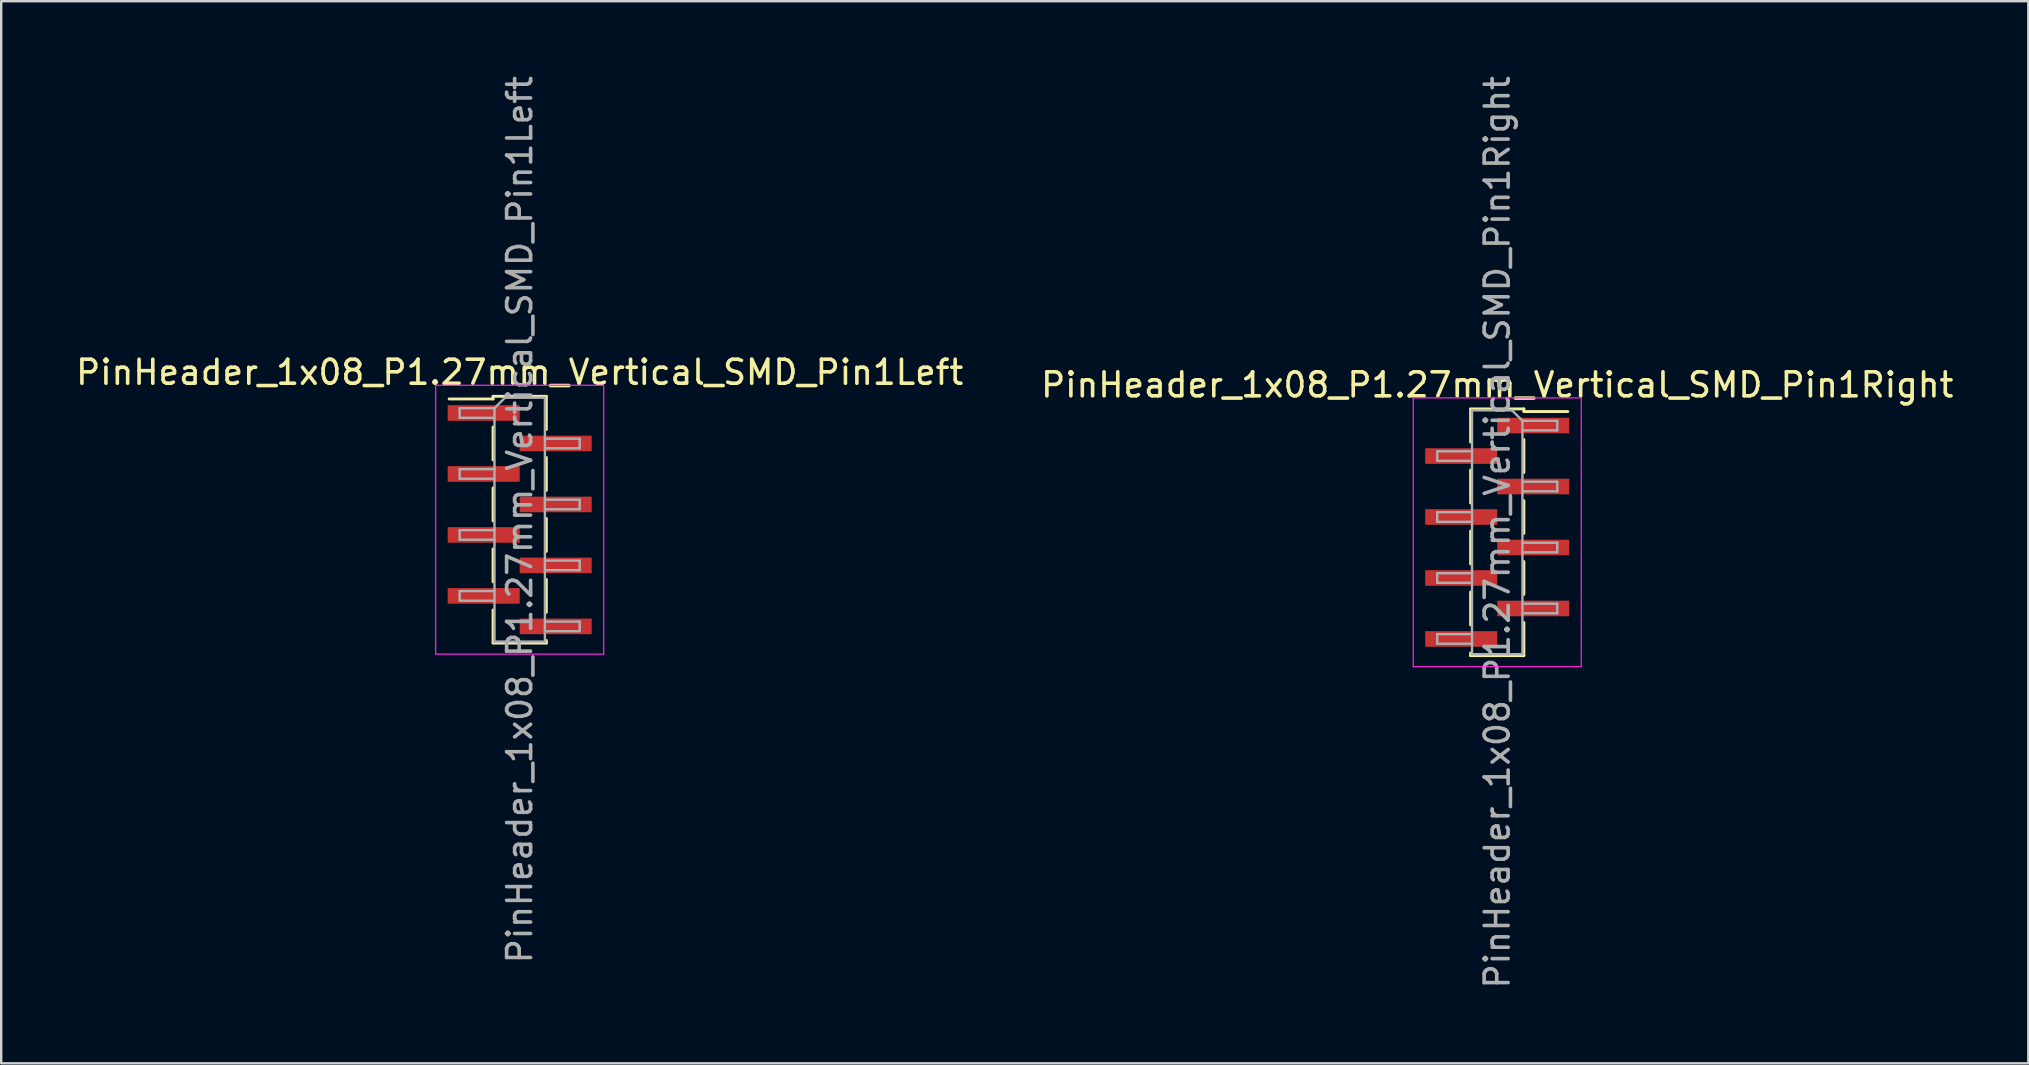
<source format=kicad_pcb>
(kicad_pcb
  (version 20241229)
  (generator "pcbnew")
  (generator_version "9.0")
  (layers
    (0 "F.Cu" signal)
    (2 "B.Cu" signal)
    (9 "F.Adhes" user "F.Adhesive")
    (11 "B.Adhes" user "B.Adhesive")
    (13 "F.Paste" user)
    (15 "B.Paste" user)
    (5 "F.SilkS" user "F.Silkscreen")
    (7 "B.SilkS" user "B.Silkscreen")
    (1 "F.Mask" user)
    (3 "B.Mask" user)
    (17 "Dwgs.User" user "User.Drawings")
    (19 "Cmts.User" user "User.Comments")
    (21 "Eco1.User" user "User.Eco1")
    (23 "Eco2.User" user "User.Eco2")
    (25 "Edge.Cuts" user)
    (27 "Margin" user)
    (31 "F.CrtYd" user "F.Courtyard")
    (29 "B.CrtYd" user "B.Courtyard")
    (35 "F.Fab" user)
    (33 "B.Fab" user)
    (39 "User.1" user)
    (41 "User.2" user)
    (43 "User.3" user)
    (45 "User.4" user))
  (footprint "PinHeader_1x08_P1.27mm_Vertical_SMD_Pin1Right"
    (layer "F.Cu")
    (at 59.327 19.125)
    (property "Reference" "PinHeader_1x08_P1.27mm_Vertical_SMD_Pin1Right" (at 0 -6.14 0) (layer "F.SilkS") (effects (font (size 1 1) (thickness 0.15))))
    (attr smd)
    (fp_line (start -1.11 -5.14) (end 1.11 -5.14) (stroke (width 0.12) (type solid)) (layer "F.SilkS"))
    (fp_line (start -1.11 -5.13) (end -1.11 -3.76) (stroke (width 0.12) (type solid)) (layer "F.SilkS"))
    (fp_line (start -1.11 -2.59) (end -1.11 -1.22) (stroke (width 0.12) (type solid)) (layer "F.SilkS"))
    (fp_line (start -1.11 -0.05) (end -1.11 1.32) (stroke (width 0.12) (type solid)) (layer "F.SilkS"))
    (fp_line (start -1.11 2.49) (end -1.11 3.86) (stroke (width 0.12) (type solid)) (layer "F.SilkS"))
    (fp_line (start -1.11 5.03) (end -1.11 5.14) (stroke (width 0.12) (type solid)) (layer "F.SilkS"))
    (fp_line (start -1.11 5.14) (end 1.11 5.14) (stroke (width 0.12) (type solid)) (layer "F.SilkS"))
    (fp_line (start 1.11 -5.14) (end 1.11 -5.03) (stroke (width 0.12) (type solid)) (layer "F.SilkS"))
    (fp_line (start 1.11 -5.03) (end 2.94 -5.03) (stroke (width 0.12) (type solid)) (layer "F.SilkS"))
    (fp_line (start 1.11 -3.86) (end 1.11 -2.49) (stroke (width 0.12) (type solid)) (layer "F.SilkS"))
    (fp_line (start 1.11 -1.32) (end 1.11 0.05) (stroke (width 0.12) (type solid)) (layer "F.SilkS"))
    (fp_line (start 1.11 1.22) (end 1.11 2.59) (stroke (width 0.12) (type solid)) (layer "F.SilkS"))
    (fp_line (start 1.11 3.76) (end 1.11 5.13) (stroke (width 0.12) (type solid)) (layer "F.SilkS"))
    (fp_line (start -3.5 -5.6) (end -3.5 5.6) (stroke (width 0.05) (type solid)) (layer "F.CrtYd"))
    (fp_line (start -3.5 5.6) (end 3.5 5.6) (stroke (width 0.05) (type solid)) (layer "F.CrtYd"))
    (fp_line (start 3.5 -5.6) (end -3.5 -5.6) (stroke (width 0.05) (type solid)) (layer "F.CrtYd"))
    (fp_line (start 3.5 5.6) (end 3.5 -5.6) (stroke (width 0.05) (type solid)) (layer "F.CrtYd"))
    (fp_line (start -2.5 -3.375) (end -2.5 -2.975) (stroke (width 0.1) (type solid)) (layer "F.Fab"))
    (fp_line (start -2.5 -2.975) (end -1.05 -2.975) (stroke (width 0.1) (type solid)) (layer "F.Fab"))
    (fp_line (start -2.5 -0.835) (end -2.5 -0.435) (stroke (width 0.1) (type solid)) (layer "F.Fab"))
    (fp_line (start -2.5 -0.435) (end -1.05 -0.435) (stroke (width 0.1) (type solid)) (layer "F.Fab"))
    (fp_line (start -2.5 1.705) (end -2.5 2.105) (stroke (width 0.1) (type solid)) (layer "F.Fab"))
    (fp_line (start -2.5 2.105) (end -1.05 2.105) (stroke (width 0.1) (type solid)) (layer "F.Fab"))
    (fp_line (start -2.5 4.245) (end -2.5 4.645) (stroke (width 0.1) (type solid)) (layer "F.Fab"))
    (fp_line (start -2.5 4.645) (end -1.05 4.645) (stroke (width 0.1) (type solid)) (layer "F.Fab"))
    (fp_line (start -1.05 -5.08) (end -1.05 5.08) (stroke (width 0.1) (type solid)) (layer "F.Fab"))
    (fp_line (start -1.05 -5.08) (end 0.615 -5.08) (stroke (width 0.1) (type solid)) (layer "F.Fab"))
    (fp_line (start -1.05 -3.375) (end -2.5 -3.375) (stroke (width 0.1) (type solid)) (layer "F.Fab"))
    (fp_line (start -1.05 -0.835) (end -2.5 -0.835) (stroke (width 0.1) (type solid)) (layer "F.Fab"))
    (fp_line (start -1.05 1.705) (end -2.5 1.705) (stroke (width 0.1) (type solid)) (layer "F.Fab"))
    (fp_line (start -1.05 4.245) (end -2.5 4.245) (stroke (width 0.1) (type solid)) (layer "F.Fab"))
    (fp_line (start 1.05 -4.645) (end 0.615 -5.08) (stroke (width 0.1) (type solid)) (layer "F.Fab"))
    (fp_line (start 1.05 -4.645) (end 2.5 -4.645) (stroke (width 0.1) (type solid)) (layer "F.Fab"))
    (fp_line (start 1.05 -2.105) (end 2.5 -2.105) (stroke (width 0.1) (type solid)) (layer "F.Fab"))
    (fp_line (start 1.05 0.435) (end 2.5 0.435) (stroke (width 0.1) (type solid)) (layer "F.Fab"))
    (fp_line (start 1.05 2.975) (end 2.5 2.975) (stroke (width 0.1) (type solid)) (layer "F.Fab"))
    (fp_line (start 1.05 5.08) (end -1.05 5.08) (stroke (width 0.1) (type solid)) (layer "F.Fab"))
    (fp_line (start 1.05 5.08) (end 1.05 -4.645) (stroke (width 0.1) (type solid)) (layer "F.Fab"))
    (fp_line (start 2.5 -4.645) (end 2.5 -4.245) (stroke (width 0.1) (type solid)) (layer "F.Fab"))
    (fp_line (start 2.5 -4.245) (end 1.05 -4.245) (stroke (width 0.1) (type solid)) (layer "F.Fab"))
    (fp_line (start 2.5 -2.105) (end 2.5 -1.705) (stroke (width 0.1) (type solid)) (layer "F.Fab"))
    (fp_line (start 2.5 -1.705) (end 1.05 -1.705) (stroke (width 0.1) (type solid)) (layer "F.Fab"))
    (fp_line (start 2.5 0.435) (end 2.5 0.835) (stroke (width 0.1) (type solid)) (layer "F.Fab"))
    (fp_line (start 2.5 0.835) (end 1.05 0.835) (stroke (width 0.1) (type solid)) (layer "F.Fab"))
    (fp_line (start 2.5 2.975) (end 2.5 3.375) (stroke (width 0.1) (type solid)) (layer "F.Fab"))
    (fp_line (start 2.5 3.375) (end 1.05 3.375) (stroke (width 0.1) (type solid)) (layer "F.Fab"))
    (fp_text user "${REFERENCE}" (at 0 0 90) (layer "F.Fab") (effects (font (size 1 1) (thickness 0.15))))
    (pad "1" smd rect (at 1.5 -4.445) (size 3 0.65) (layers "F.Cu" "F.Mask" "F.Paste"))
    (pad "2" smd rect (at -1.5 -3.175) (size 3 0.65) (layers "F.Cu" "F.Mask" "F.Paste"))
    (pad "3" smd rect (at 1.5 -1.905) (size 3 0.65) (layers "F.Cu" "F.Mask" "F.Paste"))
    (pad "4" smd rect (at -1.5 -0.635) (size 3 0.65) (layers "F.Cu" "F.Mask" "F.Paste"))
    (pad "5" smd rect (at 1.5 0.635) (size 3 0.65) (layers "F.Cu" "F.Mask" "F.Paste"))
    (pad "6" smd rect (at -1.5 1.905) (size 3 0.65) (layers "F.Cu" "F.Mask" "F.Paste"))
    (pad "7" smd rect (at 1.5 3.175) (size 3 0.65) (layers "F.Cu" "F.Mask" "F.Paste"))
    (pad "8" smd rect (at -1.5 4.445) (size 3 0.65) (layers "F.Cu" "F.Mask" "F.Paste")))
  (footprint "PinHeader_1x08_P1.27mm_Vertical_SMD_Pin1Left"
    (layer "F.Cu")
    (at 18.601 18.601)
    (property "Reference" "PinHeader_1x08_P1.27mm_Vertical_SMD_Pin1Left" (at 0 -6.14 0) (layer "F.SilkS") (effects (font (size 1 1) (thickness 0.15))))
    (attr smd)
    (fp_line (start -1.11 -5.14) (end -1.11 -5.03) (stroke (width 0.12) (type solid)) (layer "F.SilkS"))
    (fp_line (start -1.11 -5.14) (end 1.11 -5.14) (stroke (width 0.12) (type solid)) (layer "F.SilkS"))
    (fp_line (start -1.11 -5.03) (end -2.94 -5.03) (stroke (width 0.12) (type solid)) (layer "F.SilkS"))
    (fp_line (start -1.11 -3.86) (end -1.11 -2.49) (stroke (width 0.12) (type solid)) (layer "F.SilkS"))
    (fp_line (start -1.11 -1.32) (end -1.11 0.05) (stroke (width 0.12) (type solid)) (layer "F.SilkS"))
    (fp_line (start -1.11 1.22) (end -1.11 2.59) (stroke (width 0.12) (type solid)) (layer "F.SilkS"))
    (fp_line (start -1.11 3.76) (end -1.11 5.13) (stroke (width 0.12) (type solid)) (layer "F.SilkS"))
    (fp_line (start -1.11 5.14) (end 1.11 5.14) (stroke (width 0.12) (type solid)) (layer "F.SilkS"))
    (fp_line (start 1.11 -5.13) (end 1.11 -3.76) (stroke (width 0.12) (type solid)) (layer "F.SilkS"))
    (fp_line (start 1.11 -2.59) (end 1.11 -1.22) (stroke (width 0.12) (type solid)) (layer "F.SilkS"))
    (fp_line (start 1.11 -0.05) (end 1.11 1.32) (stroke (width 0.12) (type solid)) (layer "F.SilkS"))
    (fp_line (start 1.11 2.49) (end 1.11 3.86) (stroke (width 0.12) (type solid)) (layer "F.SilkS"))
    (fp_line (start 1.11 5.03) (end 1.11 5.14) (stroke (width 0.12) (type solid)) (layer "F.SilkS"))
    (fp_line (start -3.5 -5.6) (end -3.5 5.6) (stroke (width 0.05) (type solid)) (layer "F.CrtYd"))
    (fp_line (start -3.5 5.6) (end 3.5 5.6) (stroke (width 0.05) (type solid)) (layer "F.CrtYd"))
    (fp_line (start 3.5 -5.6) (end -3.5 -5.6) (stroke (width 0.05) (type solid)) (layer "F.CrtYd"))
    (fp_line (start 3.5 5.6) (end 3.5 -5.6) (stroke (width 0.05) (type solid)) (layer "F.CrtYd"))
    (fp_line (start -2.5 -4.645) (end -2.5 -4.245) (stroke (width 0.1) (type solid)) (layer "F.Fab"))
    (fp_line (start -2.5 -4.245) (end -1.05 -4.245) (stroke (width 0.1) (type solid)) (layer "F.Fab"))
    (fp_line (start -2.5 -2.105) (end -2.5 -1.705) (stroke (width 0.1) (type solid)) (layer "F.Fab"))
    (fp_line (start -2.5 -1.705) (end -1.05 -1.705) (stroke (width 0.1) (type solid)) (layer "F.Fab"))
    (fp_line (start -2.5 0.435) (end -2.5 0.835) (stroke (width 0.1) (type solid)) (layer "F.Fab"))
    (fp_line (start -2.5 0.835) (end -1.05 0.835) (stroke (width 0.1) (type solid)) (layer "F.Fab"))
    (fp_line (start -2.5 2.975) (end -2.5 3.375) (stroke (width 0.1) (type solid)) (layer "F.Fab"))
    (fp_line (start -2.5 3.375) (end -1.05 3.375) (stroke (width 0.1) (type solid)) (layer "F.Fab"))
    (fp_line (start -1.05 -4.645) (end -2.5 -4.645) (stroke (width 0.1) (type solid)) (layer "F.Fab"))
    (fp_line (start -1.05 -4.645) (end -0.615 -5.08) (stroke (width 0.1) (type solid)) (layer "F.Fab"))
    (fp_line (start -1.05 -2.105) (end -2.5 -2.105) (stroke (width 0.1) (type solid)) (layer "F.Fab"))
    (fp_line (start -1.05 0.435) (end -2.5 0.435) (stroke (width 0.1) (type solid)) (layer "F.Fab"))
    (fp_line (start -1.05 2.975) (end -2.5 2.975) (stroke (width 0.1) (type solid)) (layer "F.Fab"))
    (fp_line (start -1.05 5.08) (end -1.05 -4.645) (stroke (width 0.1) (type solid)) (layer "F.Fab"))
    (fp_line (start -0.615 -5.08) (end 1.05 -5.08) (stroke (width 0.1) (type solid)) (layer "F.Fab"))
    (fp_line (start 1.05 -5.08) (end 1.05 5.08) (stroke (width 0.1) (type solid)) (layer "F.Fab"))
    (fp_line (start 1.05 -3.375) (end 2.5 -3.375) (stroke (width 0.1) (type solid)) (layer "F.Fab"))
    (fp_line (start 1.05 -0.835) (end 2.5 -0.835) (stroke (width 0.1) (type solid)) (layer "F.Fab"))
    (fp_line (start 1.05 1.705) (end 2.5 1.705) (stroke (width 0.1) (type solid)) (layer "F.Fab"))
    (fp_line (start 1.05 4.245) (end 2.5 4.245) (stroke (width 0.1) (type solid)) (layer "F.Fab"))
    (fp_line (start 1.05 5.08) (end -1.05 5.08) (stroke (width 0.1) (type solid)) (layer "F.Fab"))
    (fp_line (start 2.5 -3.375) (end 2.5 -2.975) (stroke (width 0.1) (type solid)) (layer "F.Fab"))
    (fp_line (start 2.5 -2.975) (end 1.05 -2.975) (stroke (width 0.1) (type solid)) (layer "F.Fab"))
    (fp_line (start 2.5 -0.835) (end 2.5 -0.435) (stroke (width 0.1) (type solid)) (layer "F.Fab"))
    (fp_line (start 2.5 -0.435) (end 1.05 -0.435) (stroke (width 0.1) (type solid)) (layer "F.Fab"))
    (fp_line (start 2.5 1.705) (end 2.5 2.105) (stroke (width 0.1) (type solid)) (layer "F.Fab"))
    (fp_line (start 2.5 2.105) (end 1.05 2.105) (stroke (width 0.1) (type solid)) (layer "F.Fab"))
    (fp_line (start 2.5 4.245) (end 2.5 4.645) (stroke (width 0.1) (type solid)) (layer "F.Fab"))
    (fp_line (start 2.5 4.645) (end 1.05 4.645) (stroke (width 0.1) (type solid)) (layer "F.Fab"))
    (fp_text user "${REFERENCE}" (at 0 0 90) (layer "F.Fab") (effects (font (size 1 1) (thickness 0.15))))
    (pad "1" smd rect (at -1.5 -4.445) (size 3 0.65) (layers "F.Cu" "F.Mask" "F.Paste"))
    (pad "2" smd rect (at 1.5 -3.175) (size 3 0.65) (layers "F.Cu" "F.Mask" "F.Paste"))
    (pad "3" smd rect (at -1.5 -1.905) (size 3 0.65) (layers "F.Cu" "F.Mask" "F.Paste"))
    (pad "4" smd rect (at 1.5 -0.635) (size 3 0.65) (layers "F.Cu" "F.Mask" "F.Paste"))
    (pad "5" smd rect (at -1.5 0.635) (size 3 0.65) (layers "F.Cu" "F.Mask" "F.Paste"))
    (pad "6" smd rect (at 1.5 1.905) (size 3 0.65) (layers "F.Cu" "F.Mask" "F.Paste"))
    (pad "7" smd rect (at -1.5 3.175) (size 3 0.65) (layers "F.Cu" "F.Mask" "F.Paste"))
    (pad "8" smd rect (at 1.5 4.445) (size 3 0.65) (layers "F.Cu" "F.Mask" "F.Paste")))
  (gr_rect
    (start -3 -3)
    (end 81.452 41.25)
    (stroke (width 0.1) (type default))
    (fill no)
    (layer "Edge.Cuts")))
</source>
